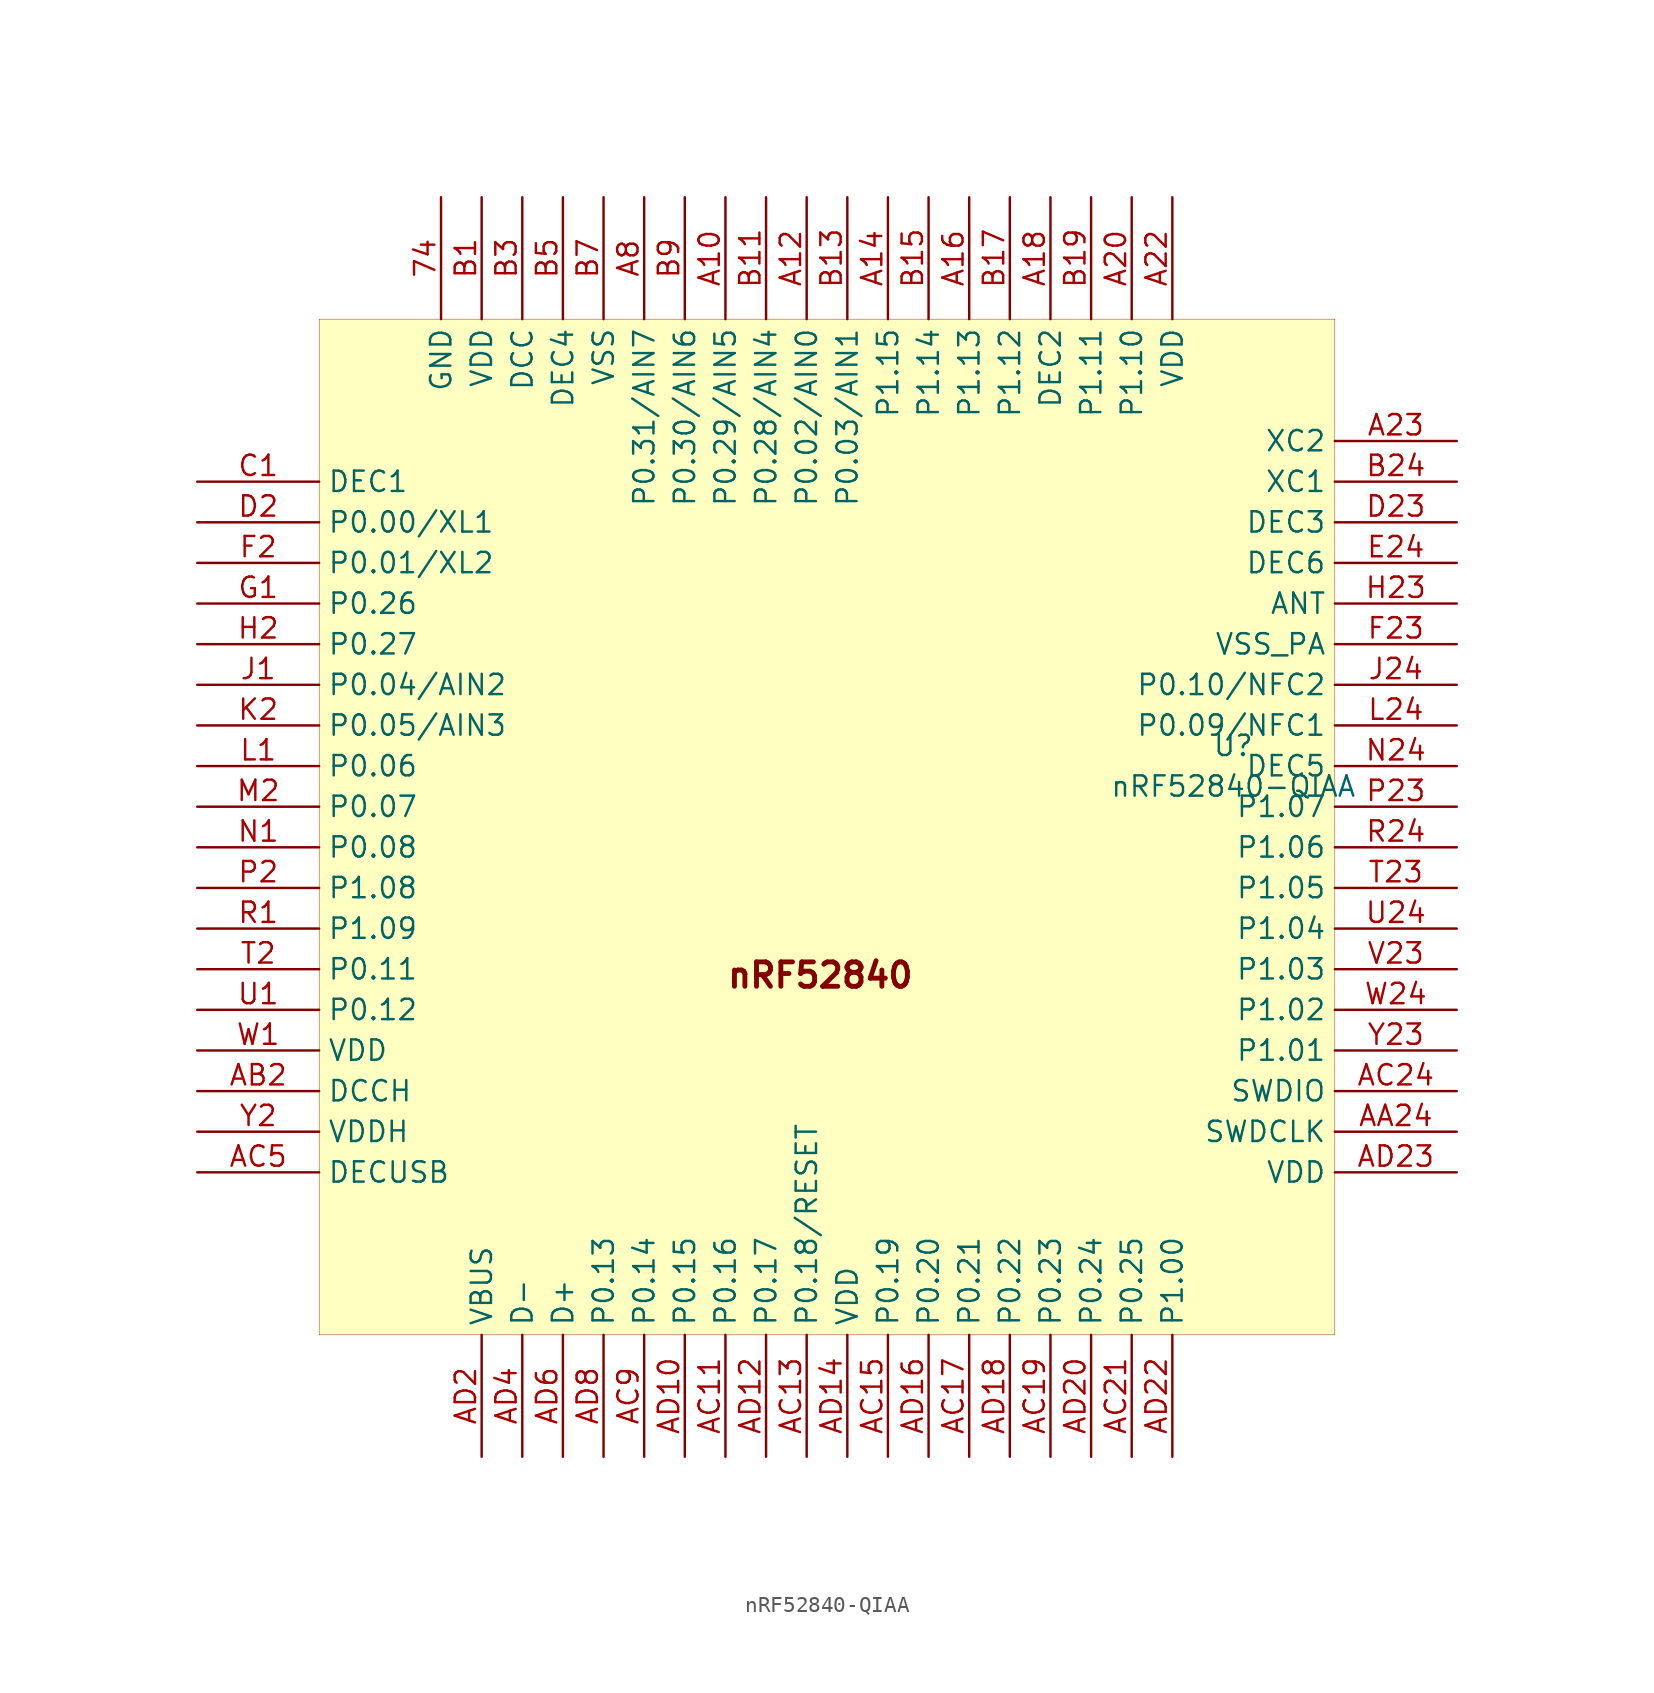
<source format=kicad_sym>
(kicad_symbol_lib
  (version 20241209)
  (generator "kicad_symbol_editor")
  (generator_version "9.0")
  (symbol "nRF52840-QIAA"
    (property "Reference" "U"
      (at 0 5.08 0)
      (effects (font (size 1.27 1.27))))
    (property "Value" "nRF52840-QIAA"
      (at 0 2.54 0)
      (effects (font (size 1.27 1.27))))
    (symbol "nRF52840-QIAA_1_0"
      (rectangle (start -57.15 31.75) (end 6.35 -31.75) (stroke (width 0.025) (type solid) (color 128 0 0 1)) (fill (type background)))
      (text "nRF52840" (at -31.75 -10.16 0) (effects (font (size 1.524 1.524) (thickness 0.305) (bold yes)) (justify left bottom)))
      (pin power_in line (at -64.77 21.59 0) (length 7.62) (name "DEC1" (effects (font (size 1.27 1.27)))) (number "C1" (effects (font (size 1.27 1.27)))))
      (pin bidirectional line (at -64.77 19.05 0) (length 7.62) (name "P0.00/XL1" (effects (font (size 1.27 1.27)))) (number "D2" (effects (font (size 1.27 1.27)))))
      (pin bidirectional line (at -64.77 16.51 0) (length 7.62) (name "P0.01/XL2" (effects (font (size 1.27 1.27)))) (number "F2" (effects (font (size 1.27 1.27)))))
      (pin bidirectional line (at -64.77 13.97 0) (length 7.62) (name "P0.26" (effects (font (size 1.27 1.27)))) (number "G1" (effects (font (size 1.27 1.27)))))
      (pin bidirectional line (at -64.77 11.43 0) (length 7.62) (name "P0.27" (effects (font (size 1.27 1.27)))) (number "H2" (effects (font (size 1.27 1.27)))))
      (pin bidirectional line (at -64.77 8.89 0) (length 7.62) (name "P0.04/AIN2" (effects (font (size 1.27 1.27)))) (number "J1" (effects (font (size 1.27 1.27)))))
      (pin bidirectional line (at -64.77 6.35 0) (length 7.62) (name "P0.05/AIN3" (effects (font (size 1.27 1.27)))) (number "K2" (effects (font (size 1.27 1.27)))))
      (pin bidirectional line (at -64.77 3.81 0) (length 7.62) (name "P0.06" (effects (font (size 1.27 1.27)))) (number "L1" (effects (font (size 1.27 1.27)))))
      (pin bidirectional line (at -64.77 1.27 0) (length 7.62) (name "P0.07" (effects (font (size 1.27 1.27)))) (number "M2" (effects (font (size 1.27 1.27)))))
      (pin bidirectional line (at -64.77 -1.27 0) (length 7.62) (name "P0.08" (effects (font (size 1.27 1.27)))) (number "N1" (effects (font (size 1.27 1.27)))))
      (pin bidirectional line (at -64.77 -3.81 0) (length 7.62) (name "P1.08" (effects (font (size 1.27 1.27)))) (number "P2" (effects (font (size 1.27 1.27)))))
      (pin bidirectional line (at -64.77 -6.35 0) (length 7.62) (name "P1.09" (effects (font (size 1.27 1.27)))) (number "R1" (effects (font (size 1.27 1.27)))))
      (pin bidirectional line (at -64.77 -8.89 0) (length 7.62) (name "P0.11" (effects (font (size 1.27 1.27)))) (number "T2" (effects (font (size 1.27 1.27)))))
      (pin bidirectional line (at -64.77 -11.43 0) (length 7.62) (name "P0.12" (effects (font (size 1.27 1.27)))) (number "U1" (effects (font (size 1.27 1.27)))))
      (pin power_in line (at -64.77 -13.97 0) (length 7.62) (name "VDD" (effects (font (size 1.27 1.27)))) (number "W1" (effects (font (size 1.27 1.27)))))
      (pin power_in line (at -64.77 -16.51 0) (length 7.62) (name "DCCH" (effects (font (size 1.27 1.27)))) (number "AB2" (effects (font (size 1.27 1.27)))))
      (pin power_in line (at -64.77 -19.05 0) (length 7.62) (name "VDDH" (effects (font (size 1.27 1.27)))) (number "Y2" (effects (font (size 1.27 1.27)))))
      (pin power_in line (at -64.77 -21.59 0) (length 7.62) (name "DECUSB" (effects (font (size 1.27 1.27)))) (number "AC5" (effects (font (size 1.27 1.27)))))
      (pin power_in line (at -49.53 39.37 270) (length 7.62) (name "GND" (effects (font (size 1.27 1.27)))) (number "74" (effects (font (size 1.27 1.27)))))
      (pin power_in line (at -46.99 39.37 270) (length 7.62) (name "VDD" (effects (font (size 1.27 1.27)))) (number "B1" (effects (font (size 1.27 1.27)))))
      (pin power_in line (at -46.99 -39.37 90) (length 7.62) (name "VBUS" (effects (font (size 1.27 1.27)))) (number "AD2" (effects (font (size 1.27 1.27)))))
      (pin output line (at -44.45 39.37 270) (length 7.62) (name "DCC" (effects (font (size 1.27 1.27)))) (number "B3" (effects (font (size 1.27 1.27)))))
      (pin bidirectional line (at -44.45 -39.37 90) (length 7.62) (name "D-" (effects (font (size 1.27 1.27)))) (number "AD4" (effects (font (size 1.27 1.27)))))
      (pin power_in line (at -41.91 39.37 270) (length 7.62) (name "DEC4" (effects (font (size 1.27 1.27)))) (number "B5" (effects (font (size 1.27 1.27)))))
      (pin bidirectional line (at -41.91 -39.37 90) (length 7.62) (name "D+" (effects (font (size 1.27 1.27)))) (number "AD6" (effects (font (size 1.27 1.27)))))
      (pin power_in line (at -39.37 39.37 270) (length 7.62) (name "VSS" (effects (font (size 1.27 1.27)))) (number "B7" (effects (font (size 1.27 1.27)))))
      (pin bidirectional line (at -39.37 -39.37 90) (length 7.62) (name "P0.13" (effects (font (size 1.27 1.27)))) (number "AD8" (effects (font (size 1.27 1.27)))))
      (pin bidirectional line (at -36.83 39.37 270) (length 7.62) (name "P0.31/AIN7" (effects (font (size 1.27 1.27)))) (number "A8" (effects (font (size 1.27 1.27)))))
      (pin bidirectional line (at -36.83 -39.37 90) (length 7.62) (name "P0.14" (effects (font (size 1.27 1.27)))) (number "AC9" (effects (font (size 1.27 1.27)))))
      (pin bidirectional line (at -34.29 39.37 270) (length 7.62) (name "P0.30/AIN6" (effects (font (size 1.27 1.27)))) (number "B9" (effects (font (size 1.27 1.27)))))
      (pin bidirectional line (at -34.29 -39.37 90) (length 7.62) (name "P0.15" (effects (font (size 1.27 1.27)))) (number "AD10" (effects (font (size 1.27 1.27)))))
      (pin bidirectional line (at -31.75 39.37 270) (length 7.62) (name "P0.29/AIN5" (effects (font (size 1.27 1.27)))) (number "A10" (effects (font (size 1.27 1.27)))))
      (pin bidirectional line (at -31.75 -39.37 90) (length 7.62) (name "P0.16" (effects (font (size 1.27 1.27)))) (number "AC11" (effects (font (size 1.27 1.27)))))
      (pin bidirectional line (at -29.21 39.37 270) (length 7.62) (name "P0.28/AIN4" (effects (font (size 1.27 1.27)))) (number "B11" (effects (font (size 1.27 1.27)))))
      (pin bidirectional line (at -29.21 -39.37 90) (length 7.62) (name "P0.17" (effects (font (size 1.27 1.27)))) (number "AD12" (effects (font (size 1.27 1.27)))))
      (pin bidirectional line (at -26.67 39.37 270) (length 7.62) (name "P0.02/AIN0" (effects (font (size 1.27 1.27)))) (number "A12" (effects (font (size 1.27 1.27)))))
      (pin bidirectional line (at -26.67 -39.37 90) (length 7.62) (name "P0.18/RESET" (effects (font (size 1.27 1.27)))) (number "AC13" (effects (font (size 1.27 1.27)))))
      (pin bidirectional line (at -24.13 39.37 270) (length 7.62) (name "P0.03/AIN1" (effects (font (size 1.27 1.27)))) (number "B13" (effects (font (size 1.27 1.27)))))
      (pin power_in line (at -24.13 -39.37 90) (length 7.62) (name "VDD" (effects (font (size 1.27 1.27)))) (number "AD14" (effects (font (size 1.27 1.27)))))
      (pin bidirectional line (at -21.59 39.37 270) (length 7.62) (name "P1.15" (effects (font (size 1.27 1.27)))) (number "A14" (effects (font (size 1.27 1.27)))))
      (pin bidirectional line (at -21.59 -39.37 90) (length 7.62) (name "P0.19" (effects (font (size 1.27 1.27)))) (number "AC15" (effects (font (size 1.27 1.27)))))
      (pin bidirectional line (at -19.05 39.37 270) (length 7.62) (name "P1.14" (effects (font (size 1.27 1.27)))) (number "B15" (effects (font (size 1.27 1.27)))))
      (pin bidirectional line (at -19.05 -39.37 90) (length 7.62) (name "P0.20" (effects (font (size 1.27 1.27)))) (number "AD16" (effects (font (size 1.27 1.27)))))
      (pin bidirectional line (at -16.51 39.37 270) (length 7.62) (name "P1.13" (effects (font (size 1.27 1.27)))) (number "A16" (effects (font (size 1.27 1.27)))))
      (pin bidirectional line (at -16.51 -39.37 90) (length 7.62) (name "P0.21" (effects (font (size 1.27 1.27)))) (number "AC17" (effects (font (size 1.27 1.27)))))
      (pin bidirectional line (at -13.97 39.37 270) (length 7.62) (name "P1.12" (effects (font (size 1.27 1.27)))) (number "B17" (effects (font (size 1.27 1.27)))))
      (pin bidirectional line (at -13.97 -39.37 90) (length 7.62) (name "P0.22" (effects (font (size 1.27 1.27)))) (number "AD18" (effects (font (size 1.27 1.27)))))
      (pin power_in line (at -11.43 39.37 270) (length 7.62) (name "DEC2" (effects (font (size 1.27 1.27)))) (number "A18" (effects (font (size 1.27 1.27)))))
      (pin bidirectional line (at -11.43 -39.37 90) (length 7.62) (name "P0.23" (effects (font (size 1.27 1.27)))) (number "AC19" (effects (font (size 1.27 1.27)))))
      (pin bidirectional line (at -8.89 39.37 270) (length 7.62) (name "P1.11" (effects (font (size 1.27 1.27)))) (number "B19" (effects (font (size 1.27 1.27)))))
      (pin bidirectional line (at -8.89 -39.37 90) (length 7.62) (name "P0.24" (effects (font (size 1.27 1.27)))) (number "AD20" (effects (font (size 1.27 1.27)))))
      (pin bidirectional line (at -6.35 39.37 270) (length 7.62) (name "P1.10" (effects (font (size 1.27 1.27)))) (number "A20" (effects (font (size 1.27 1.27)))))
      (pin bidirectional line (at -6.35 -39.37 90) (length 7.62) (name "P0.25" (effects (font (size 1.27 1.27)))) (number "AC21" (effects (font (size 1.27 1.27)))))
      (pin power_in line (at -3.81 39.37 270) (length 7.62) (name "VDD" (effects (font (size 1.27 1.27)))) (number "A22" (effects (font (size 1.27 1.27)))))
      (pin bidirectional line (at -3.81 -39.37 90) (length 7.62) (name "P1.00" (effects (font (size 1.27 1.27)))) (number "AD22" (effects (font (size 1.27 1.27)))))
      (pin output line (at 13.97 24.13 180) (length 7.62) (name "XC2" (effects (font (size 1.27 1.27)))) (number "A23" (effects (font (size 1.27 1.27)))))
      (pin input line (at 13.97 21.59 180) (length 7.62) (name "XC1" (effects (font (size 1.27 1.27)))) (number "B24" (effects (font (size 1.27 1.27)))))
      (pin power_in line (at 13.97 19.05 180) (length 7.62) (name "DEC3" (effects (font (size 1.27 1.27)))) (number "D23" (effects (font (size 1.27 1.27)))))
      (pin power_in line (at 13.97 16.51 180) (length 7.62) (name "DEC6" (effects (font (size 1.27 1.27)))) (number "E24" (effects (font (size 1.27 1.27)))))
      (pin bidirectional line (at 13.97 13.97 180) (length 7.62) (name "ANT" (effects (font (size 1.27 1.27)))) (number "H23" (effects (font (size 1.27 1.27)))))
      (pin power_in line (at 13.97 11.43 180) (length 7.62) (name "VSS_PA" (effects (font (size 1.27 1.27)))) (number "F23" (effects (font (size 1.27 1.27)))))
      (pin bidirectional line (at 13.97 8.89 180) (length 7.62) (name "P0.10/NFC2" (effects (font (size 1.27 1.27)))) (number "J24" (effects (font (size 1.27 1.27)))))
      (pin bidirectional line (at 13.97 6.35 180) (length 7.62) (name "P0.09/NFC1" (effects (font (size 1.27 1.27)))) (number "L24" (effects (font (size 1.27 1.27)))))
      (pin power_in line (at 13.97 3.81 180) (length 7.62) (name "DEC5" (effects (font (size 1.27 1.27)))) (number "N24" (effects (font (size 1.27 1.27)))))
      (pin bidirectional line (at 13.97 1.27 180) (length 7.62) (name "P1.07" (effects (font (size 1.27 1.27)))) (number "P23" (effects (font (size 1.27 1.27)))))
      (pin bidirectional line (at 13.97 -1.27 180) (length 7.62) (name "P1.06" (effects (font (size 1.27 1.27)))) (number "R24" (effects (font (size 1.27 1.27)))))
      (pin bidirectional line (at 13.97 -3.81 180) (length 7.62) (name "P1.05" (effects (font (size 1.27 1.27)))) (number "T23" (effects (font (size 1.27 1.27)))))
      (pin bidirectional line (at 13.97 -6.35 180) (length 7.62) (name "P1.04" (effects (font (size 1.27 1.27)))) (number "U24" (effects (font (size 1.27 1.27)))))
      (pin bidirectional line (at 13.97 -8.89 180) (length 7.62) (name "P1.03" (effects (font (size 1.27 1.27)))) (number "V23" (effects (font (size 1.27 1.27)))))
      (pin bidirectional line (at 13.97 -11.43 180) (length 7.62) (name "P1.02" (effects (font (size 1.27 1.27)))) (number "W24" (effects (font (size 1.27 1.27)))))
      (pin bidirectional line (at 13.97 -13.97 180) (length 7.62) (name "P1.01" (effects (font (size 1.27 1.27)))) (number "Y23" (effects (font (size 1.27 1.27)))))
      (pin bidirectional line (at 13.97 -16.51 180) (length 7.62) (name "SWDIO" (effects (font (size 1.27 1.27)))) (number "AC24" (effects (font (size 1.27 1.27)))))
      (pin input line (at 13.97 -19.05 180) (length 7.62) (name "SWDCLK" (effects (font (size 1.27 1.27)))) (number "AA24" (effects (font (size 1.27 1.27)))))
      (pin power_in line (at 13.97 -21.59 180) (length 7.62) (name "VDD" (effects (font (size 1.27 1.27)))) (number "AD23" (effects (font (size 1.27 1.27))))))))
</source>
